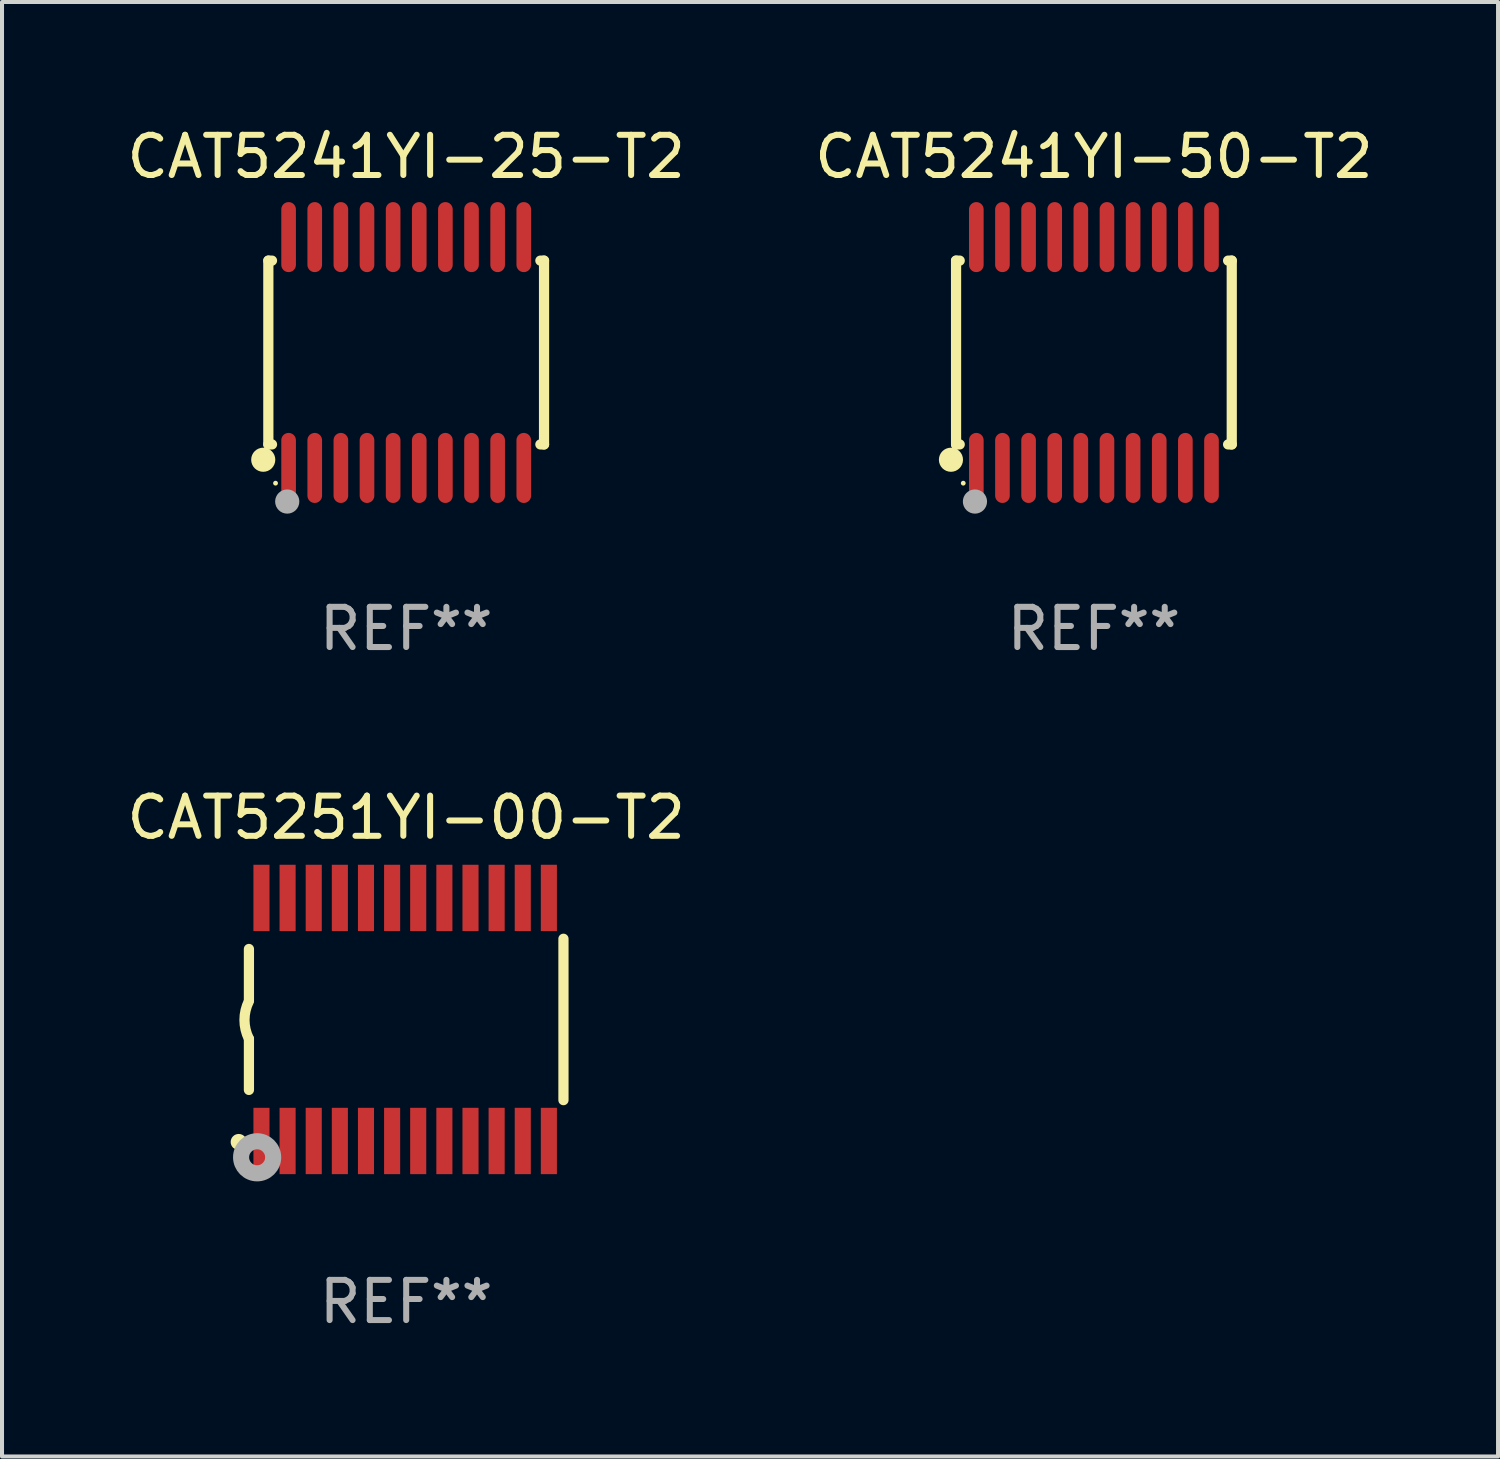
<source format=kicad_pcb>
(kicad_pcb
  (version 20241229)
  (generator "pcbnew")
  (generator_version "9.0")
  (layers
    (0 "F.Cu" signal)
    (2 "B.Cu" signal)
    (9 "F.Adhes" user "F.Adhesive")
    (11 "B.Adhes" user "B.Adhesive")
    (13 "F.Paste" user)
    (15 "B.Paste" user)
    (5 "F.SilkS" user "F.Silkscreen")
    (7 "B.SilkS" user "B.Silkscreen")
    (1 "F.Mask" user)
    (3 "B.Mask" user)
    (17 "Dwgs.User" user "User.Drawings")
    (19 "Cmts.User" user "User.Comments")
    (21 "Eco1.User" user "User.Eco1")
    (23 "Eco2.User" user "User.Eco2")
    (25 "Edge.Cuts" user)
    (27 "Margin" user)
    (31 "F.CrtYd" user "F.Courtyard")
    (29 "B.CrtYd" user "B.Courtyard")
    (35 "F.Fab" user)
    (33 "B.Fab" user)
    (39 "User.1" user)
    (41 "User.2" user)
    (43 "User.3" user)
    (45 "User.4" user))
  (footprint "CAT5241YI-25-T2"
    (layer "F.Cu")
    (at 7.054 5.719)
    (property "Reference" "CAT5241YI-25-T2" (at 0 -4.871 0) (layer "F.SilkS") (effects (font (size 1 1) (thickness 0.15))))
    (attr through_hole)
    (fp_line (start -3.429 -2.286) (end -3.429 2.286) (stroke (width 0.254) (type solid)) (layer "F.SilkS"))
    (fp_line (start -3.429 2.286) (end -3.338 2.286) (stroke (width 0.254) (type solid)) (layer "F.SilkS"))
    (fp_line (start -3.338 -2.286) (end -3.429 -2.286) (stroke (width 0.254) (type solid)) (layer "F.SilkS"))
    (fp_line (start 3.338 -2.286) (end 3.429 -2.286) (stroke (width 0.254) (type solid)) (layer "F.SilkS"))
    (fp_line (start 3.429 -2.286) (end 3.429 2.286) (stroke (width 0.254) (type solid)) (layer "F.SilkS"))
    (fp_line (start 3.429 2.286) (end 3.338 2.286) (stroke (width 0.254) (type solid)) (layer "F.SilkS"))
    (fp_circle (center -3.556 2.667) (end -3.406 2.667) (stroke (width 0.3) (type solid)) (fill no) (layer "F.SilkS"))
    (fp_circle (center -3.25 3.25) (end -3.22 3.25) (stroke (width 0.06) (type solid)) (fill no) (layer "F.SilkS"))
    (fp_circle (center -2.959 3.707) (end -2.808 3.707) (stroke (width 0.3) (type solid)) (fill no) (layer "F.Fab"))
    (fp_text user "REF**" (at 0 6.871 0) (layer "F.Fab") (effects (font (size 1 1) (thickness 0.15))))
    (pad "1" smd oval (at -2.925 2.871) (size 0.364 1.742) (layers "F.Cu" "F.Mask" "F.Paste"))
    (pad "2" smd oval (at -2.275 2.871) (size 0.364 1.742) (layers "F.Cu" "F.Mask" "F.Paste"))
    (pad "3" smd oval (at -1.625 2.871) (size 0.364 1.742) (layers "F.Cu" "F.Mask" "F.Paste"))
    (pad "4" smd oval (at -0.975 2.871) (size 0.364 1.742) (layers "F.Cu" "F.Mask" "F.Paste"))
    (pad "5" smd oval (at -0.325 2.871) (size 0.364 1.742) (layers "F.Cu" "F.Mask" "F.Paste"))
    (pad "6" smd oval (at 0.325 2.871) (size 0.364 1.742) (layers "F.Cu" "F.Mask" "F.Paste"))
    (pad "7" smd oval (at 0.975 2.871) (size 0.364 1.742) (layers "F.Cu" "F.Mask" "F.Paste"))
    (pad "8" smd oval (at 1.625 2.871) (size 0.364 1.742) (layers "F.Cu" "F.Mask" "F.Paste"))
    (pad "9" smd oval (at 2.275 2.871) (size 0.364 1.742) (layers "F.Cu" "F.Mask" "F.Paste"))
    (pad "10" smd oval (at 2.925 2.871) (size 0.364 1.742) (layers "F.Cu" "F.Mask" "F.Paste"))
    (pad "11" smd oval (at 2.925 -2.871) (size 0.364 1.742) (layers "F.Cu" "F.Mask" "F.Paste"))
    (pad "12" smd oval (at 2.275 -2.871) (size 0.364 1.742) (layers "F.Cu" "F.Mask" "F.Paste"))
    (pad "13" smd oval (at 1.625 -2.871) (size 0.364 1.742) (layers "F.Cu" "F.Mask" "F.Paste"))
    (pad "14" smd oval (at 0.975 -2.871) (size 0.364 1.742) (layers "F.Cu" "F.Mask" "F.Paste"))
    (pad "15" smd oval (at 0.325 -2.871) (size 0.364 1.742) (layers "F.Cu" "F.Mask" "F.Paste"))
    (pad "16" smd oval (at -0.325 -2.871) (size 0.364 1.742) (layers "F.Cu" "F.Mask" "F.Paste"))
    (pad "17" smd oval (at -0.975 -2.871) (size 0.364 1.742) (layers "F.Cu" "F.Mask" "F.Paste"))
    (pad "18" smd oval (at -1.625 -2.871) (size 0.364 1.742) (layers "F.Cu" "F.Mask" "F.Paste"))
    (pad "19" smd oval (at -2.275 -2.871) (size 0.364 1.742) (layers "F.Cu" "F.Mask" "F.Paste"))
    (pad "20" smd oval (at -2.925 -2.871) (size 0.364 1.742) (layers "F.Cu" "F.Mask" "F.Paste")))
  (footprint "CAT5241YI-50-T2"
    (layer "F.Cu")
    (at 24.161 5.719)
    (property "Reference" "CAT5241YI-50-T2" (at 0 -4.871 0) (layer "F.SilkS") (effects (font (size 1 1) (thickness 0.15))))
    (attr through_hole)
    (fp_line (start -3.429 -2.286) (end -3.429 2.286) (stroke (width 0.254) (type solid)) (layer "F.SilkS"))
    (fp_line (start -3.429 2.286) (end -3.338 2.286) (stroke (width 0.254) (type solid)) (layer "F.SilkS"))
    (fp_line (start -3.338 -2.286) (end -3.429 -2.286) (stroke (width 0.254) (type solid)) (layer "F.SilkS"))
    (fp_line (start 3.338 -2.286) (end 3.429 -2.286) (stroke (width 0.254) (type solid)) (layer "F.SilkS"))
    (fp_line (start 3.429 -2.286) (end 3.429 2.286) (stroke (width 0.254) (type solid)) (layer "F.SilkS"))
    (fp_line (start 3.429 2.286) (end 3.338 2.286) (stroke (width 0.254) (type solid)) (layer "F.SilkS"))
    (fp_circle (center -3.556 2.667) (end -3.406 2.667) (stroke (width 0.3) (type solid)) (fill no) (layer "F.SilkS"))
    (fp_circle (center -3.25 3.25) (end -3.22 3.25) (stroke (width 0.06) (type solid)) (fill no) (layer "F.SilkS"))
    (fp_circle (center -2.959 3.707) (end -2.808 3.707) (stroke (width 0.3) (type solid)) (fill no) (layer "F.Fab"))
    (fp_text user "REF**" (at 0 6.871 0) (layer "F.Fab") (effects (font (size 1 1) (thickness 0.15))))
    (pad "1" smd oval (at -2.925 2.871) (size 0.364 1.742) (layers "F.Cu" "F.Mask" "F.Paste"))
    (pad "2" smd oval (at -2.275 2.871) (size 0.364 1.742) (layers "F.Cu" "F.Mask" "F.Paste"))
    (pad "3" smd oval (at -1.625 2.871) (size 0.364 1.742) (layers "F.Cu" "F.Mask" "F.Paste"))
    (pad "4" smd oval (at -0.975 2.871) (size 0.364 1.742) (layers "F.Cu" "F.Mask" "F.Paste"))
    (pad "5" smd oval (at -0.325 2.871) (size 0.364 1.742) (layers "F.Cu" "F.Mask" "F.Paste"))
    (pad "6" smd oval (at 0.325 2.871) (size 0.364 1.742) (layers "F.Cu" "F.Mask" "F.Paste"))
    (pad "7" smd oval (at 0.975 2.871) (size 0.364 1.742) (layers "F.Cu" "F.Mask" "F.Paste"))
    (pad "8" smd oval (at 1.625 2.871) (size 0.364 1.742) (layers "F.Cu" "F.Mask" "F.Paste"))
    (pad "9" smd oval (at 2.275 2.871) (size 0.364 1.742) (layers "F.Cu" "F.Mask" "F.Paste"))
    (pad "10" smd oval (at 2.925 2.871) (size 0.364 1.742) (layers "F.Cu" "F.Mask" "F.Paste"))
    (pad "11" smd oval (at 2.925 -2.871) (size 0.364 1.742) (layers "F.Cu" "F.Mask" "F.Paste"))
    (pad "12" smd oval (at 2.275 -2.871) (size 0.364 1.742) (layers "F.Cu" "F.Mask" "F.Paste"))
    (pad "13" smd oval (at 1.625 -2.871) (size 0.364 1.742) (layers "F.Cu" "F.Mask" "F.Paste"))
    (pad "14" smd oval (at 0.975 -2.871) (size 0.364 1.742) (layers "F.Cu" "F.Mask" "F.Paste"))
    (pad "15" smd oval (at 0.325 -2.871) (size 0.364 1.742) (layers "F.Cu" "F.Mask" "F.Paste"))
    (pad "16" smd oval (at -0.325 -2.871) (size 0.364 1.742) (layers "F.Cu" "F.Mask" "F.Paste"))
    (pad "17" smd oval (at -0.975 -2.871) (size 0.364 1.742) (layers "F.Cu" "F.Mask" "F.Paste"))
    (pad "18" smd oval (at -1.625 -2.871) (size 0.364 1.742) (layers "F.Cu" "F.Mask" "F.Paste"))
    (pad "19" smd oval (at -2.275 -2.871) (size 0.364 1.742) (layers "F.Cu" "F.Mask" "F.Paste"))
    (pad "20" smd oval (at -2.925 -2.871) (size 0.364 1.742) (layers "F.Cu" "F.Mask" "F.Paste")))
  (footprint "CAT5251YI-00-T2"
    (layer "F.Cu")
    (at 7.054 22.309)
    (property "Reference" "CAT5251YI-00-T2" (at 0 -5.023 0) (layer "F.SilkS") (effects (font (size 1 1) (thickness 0.15))))
    (attr through_hole)
    (fp_line (start -3.912 -0.483) (end -3.912 -1.753) (stroke (width 0.254) (type solid)) (layer "F.SilkS"))
    (fp_line (start -3.912 1.753) (end -3.912 0.483) (stroke (width 0.254) (type solid)) (layer "F.SilkS"))
    (fp_line (start 3.912 -2.007) (end 3.912 2.007) (stroke (width 0.254) (type solid)) (layer "F.SilkS"))
    (fp_arc (start -3.911608 0.482601) (mid -4.022537 0.0127) (end -3.911608 -0.457201) (stroke (width 0.254001) (type solid)) (layer "F.SilkS"))
    (fp_circle (center -4.166 3.048) (end -4.066 3.048) (stroke (width 0.2) (type solid)) (fill no) (layer "F.SilkS"))
    (fp_circle (center -3.925 3.186) (end -3.895 3.186) (stroke (width 0.06) (type solid)) (fill no) (layer "F.SilkS"))
    (fp_circle (center -3.708 3.429) (end -3.509 3.429) (stroke (width 0.4) (type solid)) (fill no) (layer "F.Fab"))
    (fp_text user "REF**" (at 0 7.023 0) (layer "F.Fab") (effects (font (size 1 1) (thickness 0.15))))
    (pad "1" smd rect (at -3.6 3.023) (size 0.4 1.65) (layers "F.Cu" "F.Mask" "F.Paste"))
    (pad "2" smd rect (at -2.95 3.023) (size 0.4 1.65) (layers "F.Cu" "F.Mask" "F.Paste"))
    (pad "3" smd rect (at -2.3 3.023) (size 0.4 1.65) (layers "F.Cu" "F.Mask" "F.Paste"))
    (pad "4" smd rect (at -1.65 3.023) (size 0.4 1.65) (layers "F.Cu" "F.Mask" "F.Paste"))
    (pad "5" smd rect (at -1 3.023) (size 0.4 1.65) (layers "F.Cu" "F.Mask" "F.Paste"))
    (pad "6" smd rect (at -0.35 3.023) (size 0.4 1.65) (layers "F.Cu" "F.Mask" "F.Paste"))
    (pad "7" smd rect (at 0.299 3.023) (size 0.4 1.65) (layers "F.Cu" "F.Mask" "F.Paste"))
    (pad "8" smd rect (at 0.95 3.023) (size 0.4 1.65) (layers "F.Cu" "F.Mask" "F.Paste"))
    (pad "9" smd rect (at 1.6 3.023) (size 0.4 1.65) (layers "F.Cu" "F.Mask" "F.Paste"))
    (pad "10" smd rect (at 2.25 3.023) (size 0.4 1.65) (layers "F.Cu" "F.Mask" "F.Paste"))
    (pad "11" smd rect (at 2.9 3.023) (size 0.4 1.65) (layers "F.Cu" "F.Mask" "F.Paste"))
    (pad "12" smd rect (at 3.549 3.023) (size 0.4 1.65) (layers "F.Cu" "F.Mask" "F.Paste"))
    (pad "13" smd rect (at 3.549 -3.023) (size 0.4 1.65) (layers "F.Cu" "F.Mask" "F.Paste"))
    (pad "14" smd rect (at 2.9 -3.023) (size 0.4 1.65) (layers "F.Cu" "F.Mask" "F.Paste"))
    (pad "15" smd rect (at 2.25 -3.023) (size 0.4 1.65) (layers "F.Cu" "F.Mask" "F.Paste"))
    (pad "16" smd rect (at 1.6 -3.023) (size 0.4 1.65) (layers "F.Cu" "F.Mask" "F.Paste"))
    (pad "17" smd rect (at 0.95 -3.023) (size 0.4 1.65) (layers "F.Cu" "F.Mask" "F.Paste"))
    (pad "18" smd rect (at 0.299 -3.023) (size 0.4 1.65) (layers "F.Cu" "F.Mask" "F.Paste"))
    (pad "19" smd rect (at -0.35 -3.023) (size 0.4 1.65) (layers "F.Cu" "F.Mask" "F.Paste"))
    (pad "20" smd rect (at -1 -3.023) (size 0.4 1.65) (layers "F.Cu" "F.Mask" "F.Paste"))
    (pad "21" smd rect (at -1.65 -3.023) (size 0.4 1.65) (layers "F.Cu" "F.Mask" "F.Paste"))
    (pad "22" smd rect (at -2.3 -3.023) (size 0.4 1.65) (layers "F.Cu" "F.Mask" "F.Paste"))
    (pad "23" smd rect (at -2.95 -3.023) (size 0.4 1.65) (layers "F.Cu" "F.Mask" "F.Paste"))
    (pad "24" smd rect (at -3.6 -3.023) (size 0.4 1.65) (layers "F.Cu" "F.Mask" "F.Paste")))
  (gr_rect
    (start -3 -3)
    (end 34.214 33.18)
    (stroke (width 0.1) (type default))
    (fill no)
    (layer "Edge.Cuts")))
</source>
